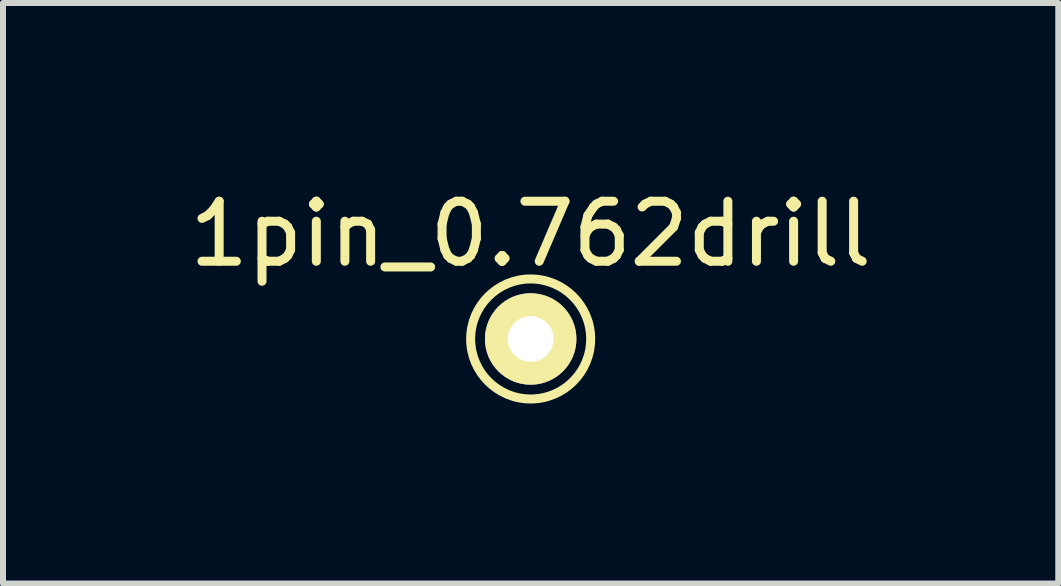
<source format=kicad_pcb>
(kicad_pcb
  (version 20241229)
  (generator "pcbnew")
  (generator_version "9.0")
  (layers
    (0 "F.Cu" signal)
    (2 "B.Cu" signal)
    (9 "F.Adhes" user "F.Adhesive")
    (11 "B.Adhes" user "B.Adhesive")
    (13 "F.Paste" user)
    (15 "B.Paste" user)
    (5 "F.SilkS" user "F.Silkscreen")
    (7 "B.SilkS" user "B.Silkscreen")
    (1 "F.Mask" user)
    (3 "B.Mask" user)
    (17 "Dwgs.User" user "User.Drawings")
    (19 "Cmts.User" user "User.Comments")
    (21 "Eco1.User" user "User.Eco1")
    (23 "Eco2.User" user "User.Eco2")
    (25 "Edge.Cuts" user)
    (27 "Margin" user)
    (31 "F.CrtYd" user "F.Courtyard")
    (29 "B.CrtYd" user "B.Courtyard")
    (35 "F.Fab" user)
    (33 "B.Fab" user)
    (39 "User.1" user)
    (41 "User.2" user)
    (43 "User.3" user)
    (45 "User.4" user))
  (footprint "1pin_0.762drill"
    (layer "F.Cu")
    (at 5.792 2.598)
    (property "Reference" "1pin_0.762drill" (at 0 -1.75 0) (layer "F.SilkS") (effects (font (size 1 1) (thickness 0.15))))
    (attr through_hole)
    (fp_circle (center 0 0) (end 0 1) (stroke (width 0.15) (type solid)) (fill no) (layer "F.SilkS"))
    (pad "1" thru_hole circle (at 0 0) (size 1.524 1.524) (drill 0.762) (layers "*.Cu" "*.Mask" "F.SilkS")))
  (gr_rect
    (start -3 -3)
    (end 14.583 6.673)
    (stroke (width 0.1) (type default))
    (fill no)
    (layer "Edge.Cuts")))
</source>
